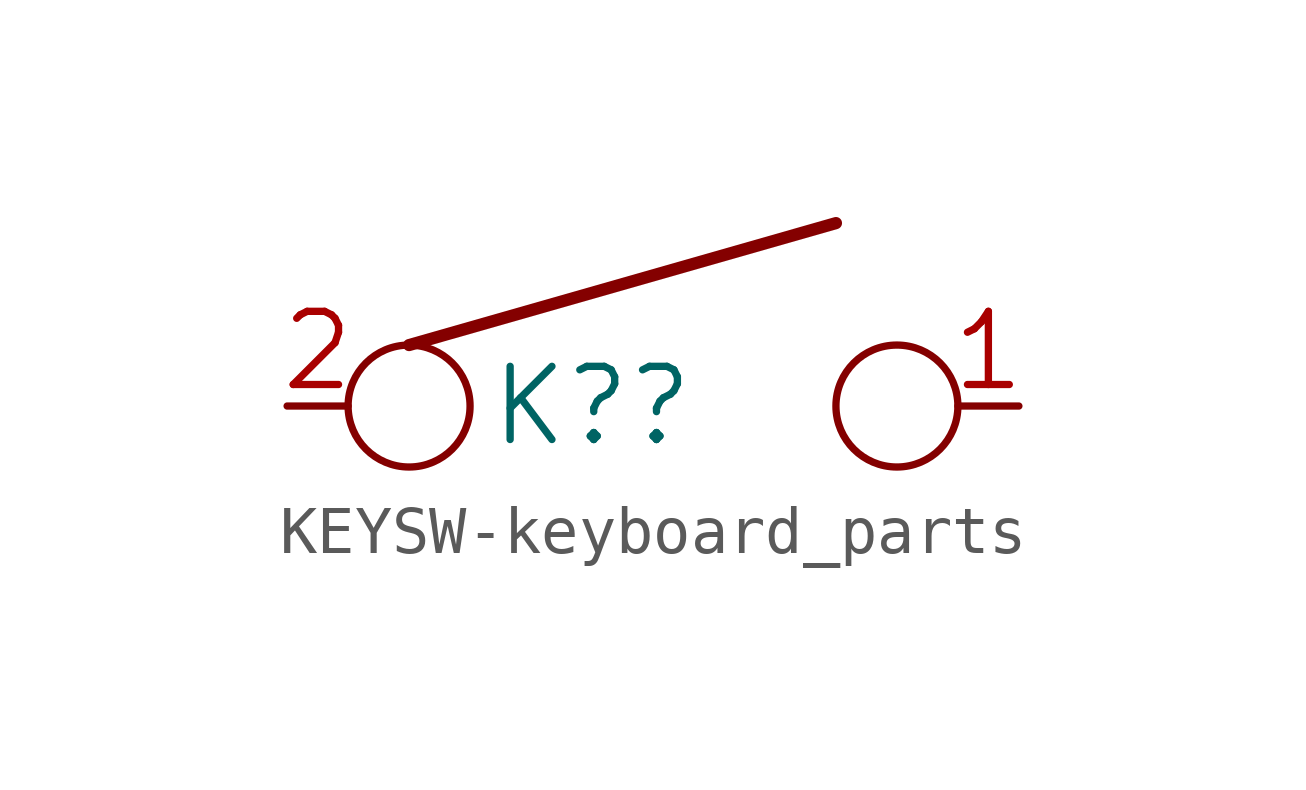
<source format=kicad_sym>
(kicad_symbol_lib
  (version 20231120)
  (generator "kicad_symbol_editor")
  (generator_version "8.0")
  (symbol "KEYSW-keyboard_parts"
    (pin_names
      (offset 1.016))
    (property "Reference" "K?"
      (at -1.27 0 0)
      (effects (font (size 1.524 1.524))))
    (property "Footprint" ""
      (at 0 0 0)
      (effects (font (size 1.524 1.524))))
    (property "Datasheet" ""
      (at 0 0 0)
      (effects (font (size 1.524 1.524))))
    (symbol "KEYSW-keyboard_parts_0_1"
      (circle (center -5.08 0) (radius 1.27) (stroke (width 0) (type solid)) (fill (type none)))
      (polyline (pts (xy -5.08 1.27) (xy 3.81 3.81)) (stroke (width 0.254) (type solid)) (fill (type none)))
      (circle (center 5.08 0) (radius 1.27) (stroke (width 0) (type solid)) (fill (type none))))
    (symbol "KEYSW-keyboard_parts_1_1"
      (pin passive line (at 7.62 0 180) (length 1.27) (name "~" (effects (font (size 1.524 1.524)))) (number "1" (effects (font (size 1.524 1.524)))))
      (pin passive line (at -7.62 0 0) (length 1.27) (name "~" (effects (font (size 1.524 1.524)))) (number "2" (effects (font (size 1.524 1.524))))))))
</source>
